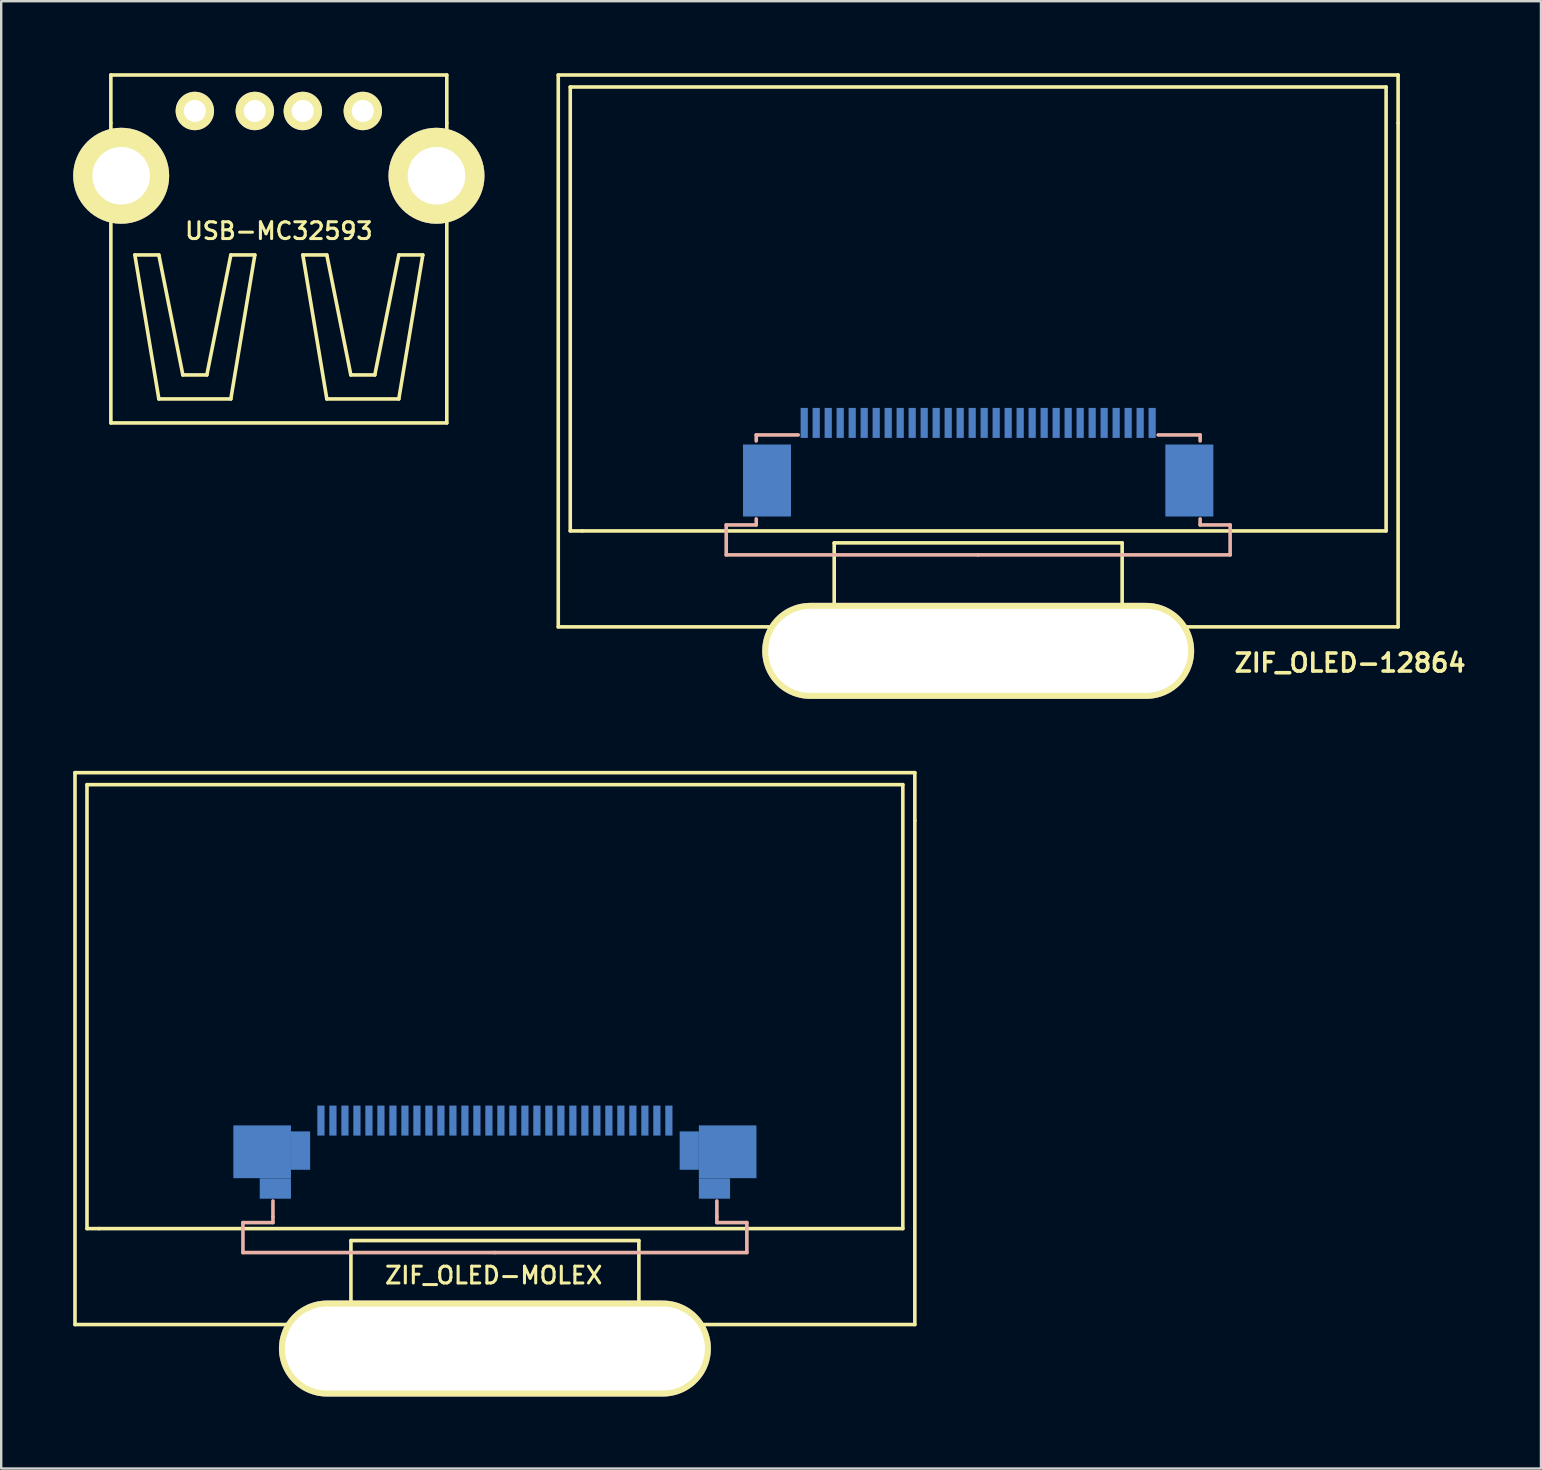
<source format=kicad_pcb>
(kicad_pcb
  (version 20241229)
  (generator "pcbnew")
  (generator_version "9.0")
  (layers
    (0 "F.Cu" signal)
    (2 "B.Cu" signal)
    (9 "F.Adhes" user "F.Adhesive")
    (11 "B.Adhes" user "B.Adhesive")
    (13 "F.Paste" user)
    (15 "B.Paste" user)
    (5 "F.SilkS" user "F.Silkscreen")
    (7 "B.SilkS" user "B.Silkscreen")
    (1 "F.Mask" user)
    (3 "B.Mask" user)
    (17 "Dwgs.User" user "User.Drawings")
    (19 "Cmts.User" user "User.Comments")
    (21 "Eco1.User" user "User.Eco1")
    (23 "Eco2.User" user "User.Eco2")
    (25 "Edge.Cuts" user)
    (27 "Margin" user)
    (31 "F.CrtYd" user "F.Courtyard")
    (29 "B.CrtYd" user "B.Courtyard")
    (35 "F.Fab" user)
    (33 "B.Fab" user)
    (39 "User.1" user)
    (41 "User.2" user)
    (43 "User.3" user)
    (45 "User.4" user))
  (footprint "USB-MC32593"
    (layer "F.Cu")
    (at 8.57 1.575)
    (property "Reference" "USB-MC32593" (at 0 5 0) (layer "F.SilkS") (effects (font (size 0.7 0.7) (thickness 0.127))))
    (attr through_hole)
    (fp_line (start -7 -1.5) (end 7 -1.5) (stroke (width 0.15) (type solid)) (layer "F.SilkS"))
    (fp_line (start -7 0.5) (end -7 -1.5) (stroke (width 0.15) (type solid)) (layer "F.SilkS"))
    (fp_line (start -7 13) (end -7 0.5) (stroke (width 0.15) (type solid)) (layer "F.SilkS"))
    (fp_line (start -6 6) (end -5 6) (stroke (width 0.15) (type solid)) (layer "F.SilkS"))
    (fp_line (start -5 6) (end -4 11) (stroke (width 0.15) (type solid)) (layer "F.SilkS"))
    (fp_line (start -5 12) (end -6 6) (stroke (width 0.15) (type solid)) (layer "F.SilkS"))
    (fp_line (start -4 11) (end -3 11) (stroke (width 0.15) (type solid)) (layer "F.SilkS"))
    (fp_line (start -3 11) (end -2 6) (stroke (width 0.15) (type solid)) (layer "F.SilkS"))
    (fp_line (start -2 6) (end -1 6) (stroke (width 0.15) (type solid)) (layer "F.SilkS"))
    (fp_line (start -2 12) (end -5 12) (stroke (width 0.15) (type solid)) (layer "F.SilkS"))
    (fp_line (start -1 6) (end -2 12) (stroke (width 0.15) (type solid)) (layer "F.SilkS"))
    (fp_line (start 1 6) (end 2 6) (stroke (width 0.15) (type solid)) (layer "F.SilkS"))
    (fp_line (start 2 6) (end 3 11) (stroke (width 0.15) (type solid)) (layer "F.SilkS"))
    (fp_line (start 2 12) (end 1 6) (stroke (width 0.15) (type solid)) (layer "F.SilkS"))
    (fp_line (start 3 11) (end 4 11) (stroke (width 0.15) (type solid)) (layer "F.SilkS"))
    (fp_line (start 4 11) (end 5 6) (stroke (width 0.15) (type solid)) (layer "F.SilkS"))
    (fp_line (start 5 6) (end 6 6) (stroke (width 0.15) (type solid)) (layer "F.SilkS"))
    (fp_line (start 5 12) (end 2 12) (stroke (width 0.15) (type solid)) (layer "F.SilkS"))
    (fp_line (start 6 6) (end 5 12) (stroke (width 0.15) (type solid)) (layer "F.SilkS"))
    (fp_line (start 7 -1.5) (end 7 0.5) (stroke (width 0.15) (type solid)) (layer "F.SilkS"))
    (fp_line (start 7 0.5) (end 7 3) (stroke (width 0.15) (type solid)) (layer "F.SilkS"))
    (fp_line (start 7 3) (end 7 13) (stroke (width 0.15) (type solid)) (layer "F.SilkS"))
    (fp_line (start 7 13) (end -7 13) (stroke (width 0.15) (type solid)) (layer "F.SilkS"))
    (pad "1" thru_hole circle (at -3.5 0) (size 1.6 1.6) (drill 0.92) (layers "*.Cu" "F.Mask" "F.SilkS"))
    (pad "2" thru_hole circle (at -1 0) (size 1.6 1.6) (drill 0.92) (layers "*.Cu" "F.Mask" "F.SilkS"))
    (pad "3" thru_hole circle (at 1 0) (size 1.6 1.6) (drill 0.92) (layers "*.Cu" "F.Mask" "F.SilkS"))
    (pad "4" thru_hole circle (at -6.57 2.7) (size 4 4) (drill 2.4) (layers "*.Cu" "F.Mask" "F.SilkS"))
    (pad "4" thru_hole circle (at 3.5 0) (size 1.6 1.6) (drill 0.92) (layers "*.Cu" "F.Mask" "F.SilkS"))
    (pad "4" thru_hole circle (at 6.57 2.7) (size 4 4) (drill 2.4) (layers "*.Cu" "F.Mask" "F.SilkS")))
  (footprint "ZIF_OLED-12864"
    (layer "F.Cu")
    (at 37.715 23.075)
    (property "Reference" "ZIF_OLED-12864" (at 15.5 1.5 0) (layer "F.SilkS") (effects (font (size 0.75 0.75) (thickness 0.15))))
    (attr through_hole)
    (fp_line (start -17.5 -23) (end -17.5 0) (stroke (width 0.15) (type solid)) (layer "F.SilkS"))
    (fp_line (start -17 -22.5) (end 17 -22.5) (stroke (width 0.15) (type solid)) (layer "F.SilkS"))
    (fp_line (start -17 -4) (end -17 -22.5) (stroke (width 0.15) (type solid)) (layer "F.SilkS"))
    (fp_line (start -16.5 -4) (end -17 -4) (stroke (width 0.15) (type solid)) (layer "F.SilkS"))
    (fp_line (start -6 -3.5) (end -6 1) (stroke (width 0.15) (type solid)) (layer "F.SilkS"))
    (fp_line (start -6 0) (end -17.5 0) (stroke (width 0.15) (type solid)) (layer "F.SilkS"))
    (fp_line (start -6 1) (end 6 1) (stroke (width 0.15) (type solid)) (layer "F.SilkS"))
    (fp_line (start 6 -3.5) (end -6 -3.5) (stroke (width 0.15) (type solid)) (layer "F.SilkS"))
    (fp_line (start 6 0) (end 17.5 0) (stroke (width 0.15) (type solid)) (layer "F.SilkS"))
    (fp_line (start 6 1) (end 6 -3.5) (stroke (width 0.15) (type solid)) (layer "F.SilkS"))
    (fp_line (start 17 -22.5) (end 17 -4) (stroke (width 0.15) (type solid)) (layer "F.SilkS"))
    (fp_line (start 17 -4) (end -16.5 -4) (stroke (width 0.15) (type solid)) (layer "F.SilkS"))
    (fp_line (start 17.5 -23) (end -17.5 -23) (stroke (width 0.15) (type solid)) (layer "F.SilkS"))
    (fp_line (start 17.5 -21) (end 17.5 -23) (stroke (width 0.15) (type solid)) (layer "F.SilkS"))
    (fp_line (start 17.5 0) (end 17.5 -21) (stroke (width 0.15) (type solid)) (layer "F.SilkS"))
    (fp_line (start -10.5 -4.25) (end -10.5 -3) (stroke (width 0.15) (type solid)) (layer "B.SilkS"))
    (fp_line (start -10.5 -3) (end 0 -3) (stroke (width 0.15) (type solid)) (layer "B.SilkS"))
    (fp_line (start -9.25 -8) (end -9.25 -7.75) (stroke (width 0.15) (type solid)) (layer "B.SilkS"))
    (fp_line (start -9.25 -4.5) (end -9.25 -4.25) (stroke (width 0.15) (type solid)) (layer "B.SilkS"))
    (fp_line (start -9.25 -4.25) (end -10.5 -4.25) (stroke (width 0.15) (type solid)) (layer "B.SilkS"))
    (fp_line (start -7.5 -8) (end -9.25 -8) (stroke (width 0.15) (type solid)) (layer "B.SilkS"))
    (fp_line (start 0 -3) (end 10.5 -3) (stroke (width 0.15) (type solid)) (layer "B.SilkS"))
    (fp_line (start 9.25 -8) (end 7.5 -8) (stroke (width 0.15) (type solid)) (layer "B.SilkS"))
    (fp_line (start 9.25 -7.75) (end 9.25 -8) (stroke (width 0.15) (type solid)) (layer "B.SilkS"))
    (fp_line (start 9.25 -4.25) (end 9.25 -4.5) (stroke (width 0.15) (type solid)) (layer "B.SilkS"))
    (fp_line (start 10.5 -4.25) (end 9.25 -4.25) (stroke (width 0.15) (type solid)) (layer "B.SilkS"))
    (fp_line (start 10.5 -3) (end 10.5 -4.25) (stroke (width 0.15) (type solid)) (layer "B.SilkS"))
    (pad "" np_thru_hole oval (at 0 1) (size 18 4) (drill oval 17.5 3.5) (layers "*.Cu" "*.Mask" "F.SilkS"))
    (pad "1" smd rect (at -8.8 -6.1) (size 2 3) (layers "B.Cu" "B.Mask" "B.Paste"))
    (pad "1" smd rect (at -7.25 -8.5) (size 0.3 1.25) (layers "B.Cu" "B.Mask" "B.Paste"))
    (pad "2" smd rect (at -6.75 -8.5) (size 0.3 1.25) (layers "B.Cu" "B.Mask" "B.Paste"))
    (pad "3" smd rect (at -6.25 -8.5) (size 0.3 1.25) (layers "B.Cu" "B.Mask" "B.Paste"))
    (pad "4" smd rect (at -5.75 -8.5) (size 0.3 1.25) (layers "B.Cu" "B.Mask" "B.Paste"))
    (pad "5" smd rect (at -5.25 -8.5) (size 0.3 1.25) (layers "B.Cu" "B.Mask" "B.Paste"))
    (pad "6" smd rect (at -4.75 -8.5) (size 0.3 1.25) (layers "B.Cu" "B.Mask" "B.Paste"))
    (pad "7" smd rect (at -4.25 -8.5) (size 0.3 1.25) (layers "B.Cu" "B.Mask" "B.Paste"))
    (pad "8" smd rect (at -3.75 -8.5) (size 0.3 1.25) (layers "B.Cu" "B.Mask" "B.Paste"))
    (pad "9" smd rect (at -3.25 -8.5) (size 0.3 1.25) (layers "B.Cu" "B.Mask" "B.Paste"))
    (pad "10" smd rect (at -2.75 -8.5) (size 0.3 1.25) (layers "B.Cu" "B.Mask" "B.Paste"))
    (pad "11" smd rect (at -2.25 -8.5) (size 0.3 1.25) (layers "B.Cu" "B.Mask" "B.Paste"))
    (pad "12" smd rect (at -1.75 -8.5) (size 0.3 1.25) (layers "B.Cu" "B.Mask" "B.Paste"))
    (pad "13" smd rect (at -1.25 -8.5) (size 0.3 1.25) (layers "B.Cu" "B.Mask" "B.Paste"))
    (pad "14" smd rect (at -0.75 -8.5) (size 0.3 1.25) (layers "B.Cu" "B.Mask" "B.Paste"))
    (pad "15" smd rect (at -0.25 -8.5) (size 0.3 1.25) (layers "B.Cu" "B.Mask" "B.Paste"))
    (pad "16" smd rect (at 0.25 -8.5) (size 0.3 1.25) (layers "B.Cu" "B.Mask" "B.Paste"))
    (pad "17" smd rect (at 0.75 -8.5) (size 0.3 1.25) (layers "B.Cu" "B.Mask" "B.Paste"))
    (pad "18" smd rect (at 1.25 -8.5) (size 0.3 1.25) (layers "B.Cu" "B.Mask" "B.Paste"))
    (pad "19" smd rect (at 1.75 -8.5) (size 0.3 1.25) (layers "B.Cu" "B.Mask" "B.Paste"))
    (pad "20" smd rect (at 2.25 -8.5) (size 0.3 1.25) (layers "B.Cu" "B.Mask" "B.Paste"))
    (pad "21" smd rect (at 2.75 -8.5) (size 0.3 1.25) (layers "B.Cu" "B.Mask" "B.Paste"))
    (pad "22" smd rect (at 3.25 -8.5) (size 0.3 1.25) (layers "B.Cu" "B.Mask" "B.Paste"))
    (pad "23" smd rect (at 3.75 -8.5) (size 0.3 1.25) (layers "B.Cu" "B.Mask" "B.Paste"))
    (pad "24" smd rect (at 4.25 -8.5) (size 0.3 1.25) (layers "B.Cu" "B.Mask" "B.Paste"))
    (pad "25" smd rect (at 4.75 -8.5) (size 0.3 1.25) (layers "B.Cu" "B.Mask" "B.Paste"))
    (pad "26" smd rect (at 5.25 -8.5) (size 0.3 1.25) (layers "B.Cu" "B.Mask" "B.Paste"))
    (pad "27" smd rect (at 5.75 -8.5) (size 0.3 1.25) (layers "B.Cu" "B.Mask" "B.Paste"))
    (pad "28" smd rect (at 6.25 -8.5) (size 0.3 1.25) (layers "B.Cu" "B.Mask" "B.Paste"))
    (pad "29" smd rect (at 6.75 -8.5) (size 0.3 1.25) (layers "B.Cu" "B.Mask" "B.Paste"))
    (pad "30" smd rect (at 7.25 -8.5) (size 0.3 1.25) (layers "B.Cu" "B.Mask" "B.Paste"))
    (pad "30" smd rect (at 8.8 -6.1) (size 2 3) (layers "B.Cu" "B.Mask" "B.Paste")))
  (footprint "ZIF_OLED-MOLEX"
    (layer "F.Cu")
    (at 17.575 52.15)
    (property "Reference" "ZIF_OLED-MOLEX" (at -0.05 -2.05 0) (layer "F.SilkS") (effects (font (size 0.7 0.7) (thickness 0.127))))
    (attr smd)
    (fp_line (start -17.5 -23) (end -17.5 0) (stroke (width 0.15) (type solid)) (layer "F.SilkS"))
    (fp_line (start -17 -22.5) (end 17 -22.5) (stroke (width 0.15) (type solid)) (layer "F.SilkS"))
    (fp_line (start -17 -4) (end -17 -22.5) (stroke (width 0.15) (type solid)) (layer "F.SilkS"))
    (fp_line (start -16.5 -4) (end -17 -4) (stroke (width 0.15) (type solid)) (layer "F.SilkS"))
    (fp_line (start -6 -3.5) (end -6 1) (stroke (width 0.15) (type solid)) (layer "F.SilkS"))
    (fp_line (start -6 0) (end -17.5 0) (stroke (width 0.15) (type solid)) (layer "F.SilkS"))
    (fp_line (start -6 1) (end 6 1) (stroke (width 0.15) (type solid)) (layer "F.SilkS"))
    (fp_line (start 6 -3.5) (end -6 -3.5) (stroke (width 0.15) (type solid)) (layer "F.SilkS"))
    (fp_line (start 6 0) (end 17.5 0) (stroke (width 0.15) (type solid)) (layer "F.SilkS"))
    (fp_line (start 6 1) (end 6 -3.5) (stroke (width 0.15) (type solid)) (layer "F.SilkS"))
    (fp_line (start 17 -22.5) (end 17 -4) (stroke (width 0.15) (type solid)) (layer "F.SilkS"))
    (fp_line (start 17 -4) (end -16.5 -4) (stroke (width 0.15) (type solid)) (layer "F.SilkS"))
    (fp_line (start 17.5 -23) (end -17.5 -23) (stroke (width 0.15) (type solid)) (layer "F.SilkS"))
    (fp_line (start 17.5 -21) (end 17.5 -23) (stroke (width 0.15) (type solid)) (layer "F.SilkS"))
    (fp_line (start 17.5 0) (end 17.5 -21) (stroke (width 0.15) (type solid)) (layer "F.SilkS"))
    (fp_line (start -10.5 -4.25) (end -10.5 -3) (stroke (width 0.15) (type solid)) (layer "B.SilkS"))
    (fp_line (start -10.5 -3) (end 0 -3) (stroke (width 0.15) (type solid)) (layer "B.SilkS"))
    (fp_line (start -9.25 -4.5) (end -9.25 -5.15) (stroke (width 0.15) (type solid)) (layer "B.SilkS"))
    (fp_line (start -9.25 -4.5) (end -9.25 -4.25) (stroke (width 0.15) (type solid)) (layer "B.SilkS"))
    (fp_line (start -9.25 -4.25) (end -10.5 -4.25) (stroke (width 0.15) (type solid)) (layer "B.SilkS"))
    (fp_line (start 0 -3) (end 10.5 -3) (stroke (width 0.15) (type solid)) (layer "B.SilkS"))
    (fp_line (start 9.25 -4.5) (end 9.25 -5.15) (stroke (width 0.15) (type solid)) (layer "B.SilkS"))
    (fp_line (start 9.25 -4.25) (end 9.25 -4.5) (stroke (width 0.15) (type solid)) (layer "B.SilkS"))
    (fp_line (start 10.5 -4.25) (end 9.25 -4.25) (stroke (width 0.15) (type solid)) (layer "B.SilkS"))
    (fp_line (start 10.5 -3) (end 10.5 -4.25) (stroke (width 0.15) (type solid)) (layer "B.SilkS"))
    (pad "" np_thru_hole oval (at 0 1) (size 18 4) (drill oval 17.5 3.5) (layers "*.Cu" "*.Mask" "F.SilkS"))
    (pad "1" smd rect (at -9.7 -7.2) (size 2.4 2.2) (layers "B.Cu" "B.Mask" "B.Paste"))
    (pad "1" smd rect (at -9.15 -5.67) (size 1.3 0.85) (layers "B.Cu" "B.Mask" "B.Paste"))
    (pad "1" smd rect (at -8.1 -7.25) (size 0.8 1.6) (layers "B.Cu" "B.Mask" "B.Paste"))
    (pad "1" smd rect (at -7.25 -8.5) (size 0.3 1.25) (layers "B.Cu" "B.Mask" "B.Paste"))
    (pad "2" smd rect (at -6.75 -8.5) (size 0.3 1.25) (layers "B.Cu" "B.Mask" "B.Paste"))
    (pad "3" smd rect (at -6.25 -8.5) (size 0.3 1.25) (layers "B.Cu" "B.Mask" "B.Paste"))
    (pad "4" smd rect (at -5.75 -8.5) (size 0.3 1.25) (layers "B.Cu" "B.Mask" "B.Paste"))
    (pad "5" smd rect (at -5.25 -8.5) (size 0.3 1.25) (layers "B.Cu" "B.Mask" "B.Paste"))
    (pad "6" smd rect (at -4.75 -8.5) (size 0.3 1.25) (layers "B.Cu" "B.Mask" "B.Paste"))
    (pad "7" smd rect (at -4.25 -8.5) (size 0.3 1.25) (layers "B.Cu" "B.Mask" "B.Paste"))
    (pad "8" smd rect (at -3.75 -8.5) (size 0.3 1.25) (layers "B.Cu" "B.Mask" "B.Paste"))
    (pad "9" smd rect (at -3.25 -8.5) (size 0.3 1.25) (layers "B.Cu" "B.Mask" "B.Paste"))
    (pad "10" smd rect (at -2.75 -8.5) (size 0.3 1.25) (layers "B.Cu" "B.Mask" "B.Paste"))
    (pad "11" smd rect (at -2.25 -8.5) (size 0.3 1.25) (layers "B.Cu" "B.Mask" "B.Paste"))
    (pad "12" smd rect (at -1.75 -8.5) (size 0.3 1.25) (layers "B.Cu" "B.Mask" "B.Paste"))
    (pad "13" smd rect (at -1.25 -8.5) (size 0.3 1.25) (layers "B.Cu" "B.Mask" "B.Paste"))
    (pad "14" smd rect (at -0.75 -8.5) (size 0.3 1.25) (layers "B.Cu" "B.Mask" "B.Paste"))
    (pad "15" smd rect (at -0.25 -8.5) (size 0.3 1.25) (layers "B.Cu" "B.Mask" "B.Paste"))
    (pad "16" smd rect (at 0.25 -8.5) (size 0.3 1.25) (layers "B.Cu" "B.Mask" "B.Paste"))
    (pad "17" smd rect (at 0.75 -8.5) (size 0.3 1.25) (layers "B.Cu" "B.Mask" "B.Paste"))
    (pad "18" smd rect (at 1.25 -8.5) (size 0.3 1.25) (layers "B.Cu" "B.Mask" "B.Paste"))
    (pad "19" smd rect (at 1.75 -8.5) (size 0.3 1.25) (layers "B.Cu" "B.Mask" "B.Paste"))
    (pad "20" smd rect (at 2.25 -8.5) (size 0.3 1.25) (layers "B.Cu" "B.Mask" "B.Paste"))
    (pad "21" smd rect (at 2.75 -8.5) (size 0.3 1.25) (layers "B.Cu" "B.Mask" "B.Paste"))
    (pad "22" smd rect (at 3.25 -8.5) (size 0.3 1.25) (layers "B.Cu" "B.Mask" "B.Paste"))
    (pad "23" smd rect (at 3.75 -8.5) (size 0.3 1.25) (layers "B.Cu" "B.Mask" "B.Paste"))
    (pad "24" smd rect (at 4.25 -8.5) (size 0.3 1.25) (layers "B.Cu" "B.Mask" "B.Paste"))
    (pad "25" smd rect (at 4.75 -8.5) (size 0.3 1.25) (layers "B.Cu" "B.Mask" "B.Paste"))
    (pad "26" smd rect (at 5.25 -8.5) (size 0.3 1.25) (layers "B.Cu" "B.Mask" "B.Paste"))
    (pad "27" smd rect (at 5.75 -8.5) (size 0.3 1.25) (layers "B.Cu" "B.Mask" "B.Paste"))
    (pad "28" smd rect (at 6.25 -8.5) (size 0.3 1.25) (layers "B.Cu" "B.Mask" "B.Paste"))
    (pad "29" smd rect (at 6.75 -8.5) (size 0.3 1.25) (layers "B.Cu" "B.Mask" "B.Paste"))
    (pad "30" smd rect (at 7.25 -8.5) (size 0.3 1.25) (layers "B.Cu" "B.Mask" "B.Paste"))
    (pad "30" smd rect (at 8.1 -7.25) (size 0.8 1.6) (layers "B.Cu" "B.Mask" "B.Paste"))
    (pad "30" smd rect (at 9.15 -5.67) (size 1.3 0.85) (layers "B.Cu" "B.Mask" "B.Paste"))
    (pad "30" smd rect (at 9.7 -7.2) (size 2.4 2.2) (layers "B.Cu" "B.Mask" "B.Paste")))
  (gr_rect
    (start -3 -3)
    (end 61.169 58.15)
    (stroke (width 0.1) (type default))
    (fill no)
    (layer "Edge.Cuts")))
</source>
